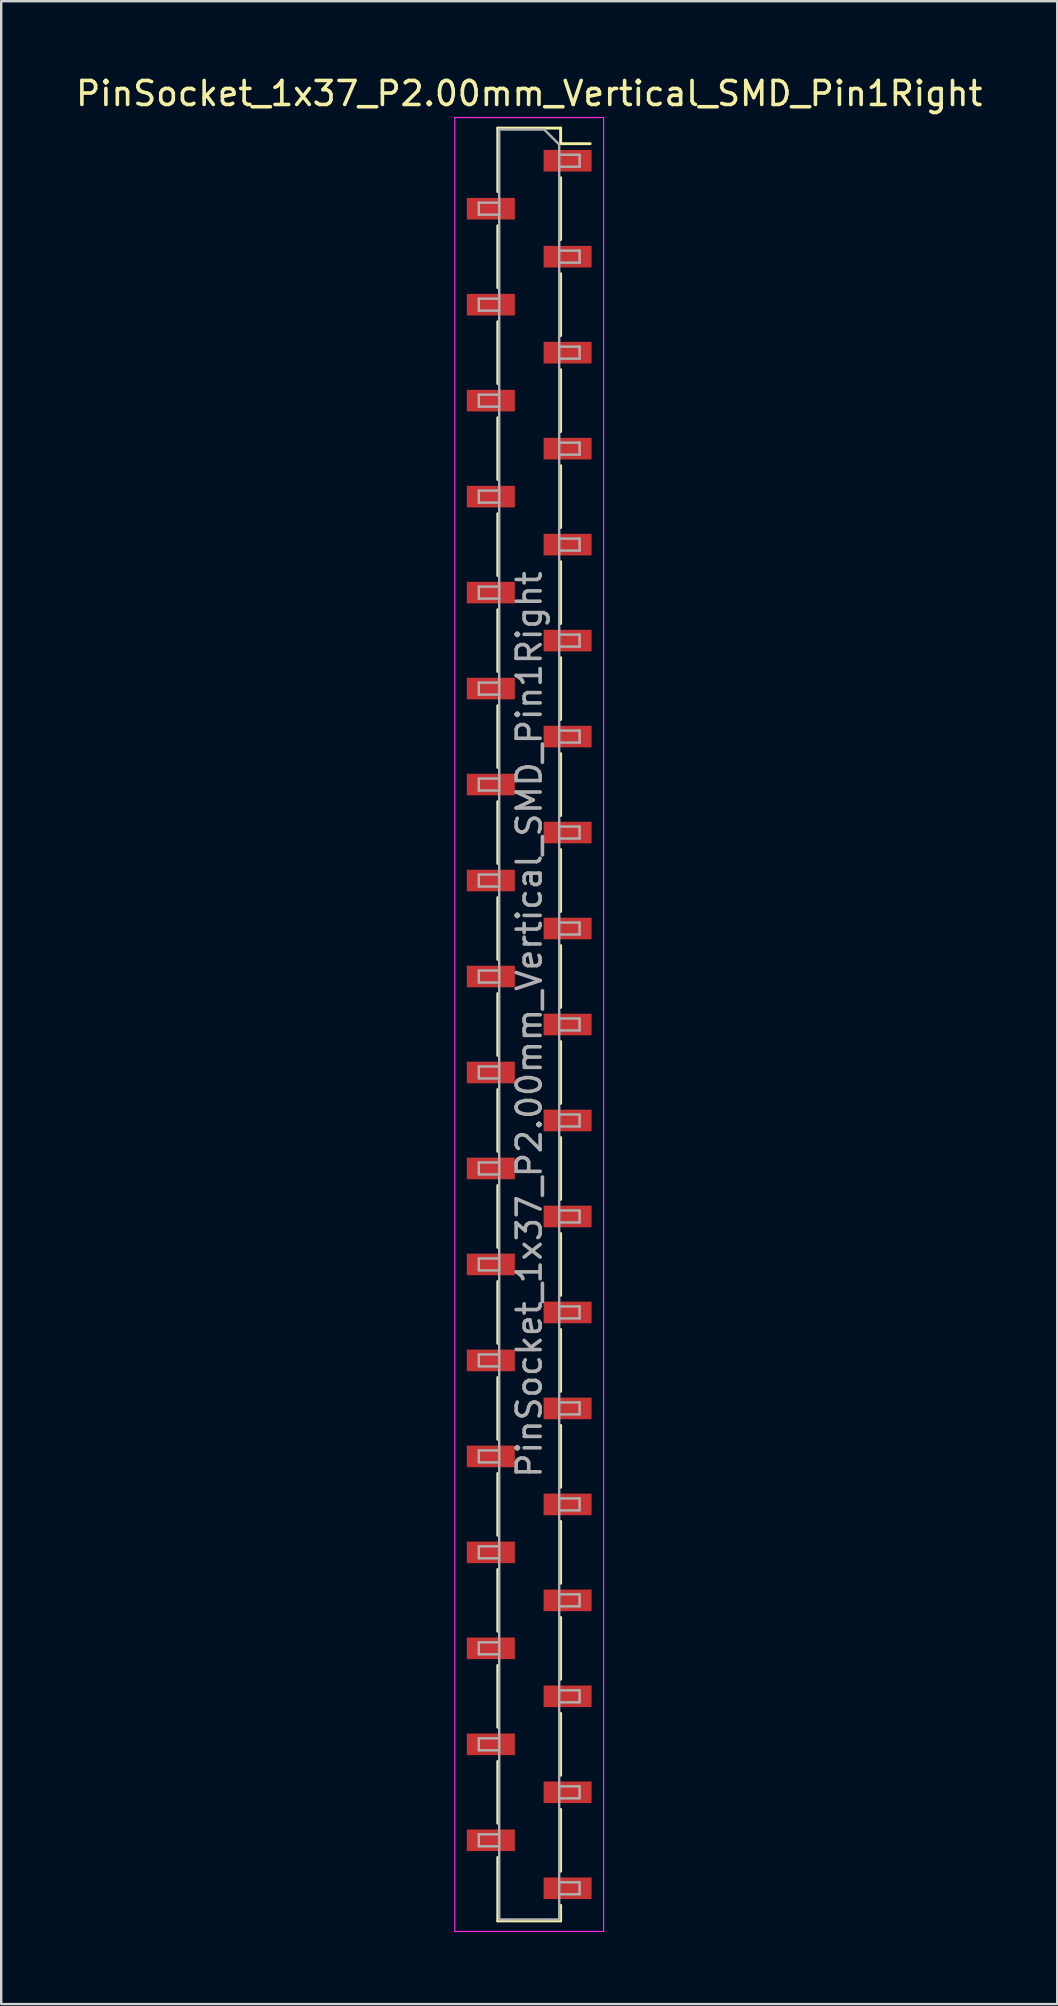
<source format=kicad_pcb>
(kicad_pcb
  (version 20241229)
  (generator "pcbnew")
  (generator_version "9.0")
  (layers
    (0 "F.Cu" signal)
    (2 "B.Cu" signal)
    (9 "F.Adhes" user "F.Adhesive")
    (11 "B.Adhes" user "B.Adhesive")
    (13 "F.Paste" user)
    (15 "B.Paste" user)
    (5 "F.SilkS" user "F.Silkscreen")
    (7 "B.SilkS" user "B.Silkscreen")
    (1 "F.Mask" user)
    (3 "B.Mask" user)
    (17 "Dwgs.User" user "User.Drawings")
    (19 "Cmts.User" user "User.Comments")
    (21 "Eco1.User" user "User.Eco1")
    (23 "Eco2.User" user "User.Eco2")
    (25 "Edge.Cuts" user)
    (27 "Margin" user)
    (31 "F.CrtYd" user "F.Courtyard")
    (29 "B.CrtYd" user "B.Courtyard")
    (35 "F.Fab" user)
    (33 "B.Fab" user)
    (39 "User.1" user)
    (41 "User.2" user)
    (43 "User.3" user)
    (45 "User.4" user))
  (footprint "PinSocket_1x37_P2.00mm_Vertical_SMD_Pin1Right"
    (layer "F.Cu")
    (at 19.006 39.648)
    (property "Reference" "PinSocket_1x37_P2.00mm_Vertical_SMD_Pin1Right" (at 0 -38.8 0) (layer "F.SilkS") (effects (font (size 1 1) (thickness 0.15))))
    (attr smd)
    (fp_line (start -1.31 -37.36) (end -1.31 -34.71) (stroke (width 0.12) (type solid)) (layer "F.SilkS"))
    (fp_line (start -1.31 -37.36) (end 1.31 -37.36) (stroke (width 0.12) (type solid)) (layer "F.SilkS"))
    (fp_line (start -1.31 -33.29) (end -1.31 -30.71) (stroke (width 0.12) (type solid)) (layer "F.SilkS"))
    (fp_line (start -1.31 -29.29) (end -1.31 -26.71) (stroke (width 0.12) (type solid)) (layer "F.SilkS"))
    (fp_line (start -1.31 -25.29) (end -1.31 -22.71) (stroke (width 0.12) (type solid)) (layer "F.SilkS"))
    (fp_line (start -1.31 -21.29) (end -1.31 -18.71) (stroke (width 0.12) (type solid)) (layer "F.SilkS"))
    (fp_line (start -1.31 -17.29) (end -1.31 -14.71) (stroke (width 0.12) (type solid)) (layer "F.SilkS"))
    (fp_line (start -1.31 -13.29) (end -1.31 -10.71) (stroke (width 0.12) (type solid)) (layer "F.SilkS"))
    (fp_line (start -1.31 -9.29) (end -1.31 -6.71) (stroke (width 0.12) (type solid)) (layer "F.SilkS"))
    (fp_line (start -1.31 -5.29) (end -1.31 -2.71) (stroke (width 0.12) (type solid)) (layer "F.SilkS"))
    (fp_line (start -1.31 -1.29) (end -1.31 1.29) (stroke (width 0.12) (type solid)) (layer "F.SilkS"))
    (fp_line (start -1.31 2.71) (end -1.31 5.29) (stroke (width 0.12) (type solid)) (layer "F.SilkS"))
    (fp_line (start -1.31 6.71) (end -1.31 9.29) (stroke (width 0.12) (type solid)) (layer "F.SilkS"))
    (fp_line (start -1.31 10.71) (end -1.31 13.29) (stroke (width 0.12) (type solid)) (layer "F.SilkS"))
    (fp_line (start -1.31 14.71) (end -1.31 17.29) (stroke (width 0.12) (type solid)) (layer "F.SilkS"))
    (fp_line (start -1.31 18.71) (end -1.31 21.29) (stroke (width 0.12) (type solid)) (layer "F.SilkS"))
    (fp_line (start -1.31 22.71) (end -1.31 25.29) (stroke (width 0.12) (type solid)) (layer "F.SilkS"))
    (fp_line (start -1.31 26.71) (end -1.31 29.29) (stroke (width 0.12) (type solid)) (layer "F.SilkS"))
    (fp_line (start -1.31 30.71) (end -1.31 33.29) (stroke (width 0.12) (type solid)) (layer "F.SilkS"))
    (fp_line (start -1.31 34.71) (end -1.31 37.36) (stroke (width 0.12) (type solid)) (layer "F.SilkS"))
    (fp_line (start -1.31 37.36) (end 1.31 37.36) (stroke (width 0.12) (type solid)) (layer "F.SilkS"))
    (fp_line (start 1.31 -37.36) (end 1.31 -36.71) (stroke (width 0.12) (type solid)) (layer "F.SilkS"))
    (fp_line (start 1.31 -36.71) (end 2.54 -36.71) (stroke (width 0.12) (type solid)) (layer "F.SilkS"))
    (fp_line (start 1.31 -35.29) (end 1.31 -32.71) (stroke (width 0.12) (type solid)) (layer "F.SilkS"))
    (fp_line (start 1.31 -31.29) (end 1.31 -28.71) (stroke (width 0.12) (type solid)) (layer "F.SilkS"))
    (fp_line (start 1.31 -27.29) (end 1.31 -24.71) (stroke (width 0.12) (type solid)) (layer "F.SilkS"))
    (fp_line (start 1.31 -23.29) (end 1.31 -20.71) (stroke (width 0.12) (type solid)) (layer "F.SilkS"))
    (fp_line (start 1.31 -19.29) (end 1.31 -16.71) (stroke (width 0.12) (type solid)) (layer "F.SilkS"))
    (fp_line (start 1.31 -15.29) (end 1.31 -12.71) (stroke (width 0.12) (type solid)) (layer "F.SilkS"))
    (fp_line (start 1.31 -11.29) (end 1.31 -8.71) (stroke (width 0.12) (type solid)) (layer "F.SilkS"))
    (fp_line (start 1.31 -7.29) (end 1.31 -4.71) (stroke (width 0.12) (type solid)) (layer "F.SilkS"))
    (fp_line (start 1.31 -3.29) (end 1.31 -0.71) (stroke (width 0.12) (type solid)) (layer "F.SilkS"))
    (fp_line (start 1.31 0.71) (end 1.31 3.29) (stroke (width 0.12) (type solid)) (layer "F.SilkS"))
    (fp_line (start 1.31 4.71) (end 1.31 7.29) (stroke (width 0.12) (type solid)) (layer "F.SilkS"))
    (fp_line (start 1.31 8.71) (end 1.31 11.29) (stroke (width 0.12) (type solid)) (layer "F.SilkS"))
    (fp_line (start 1.31 12.71) (end 1.31 15.29) (stroke (width 0.12) (type solid)) (layer "F.SilkS"))
    (fp_line (start 1.31 16.71) (end 1.31 19.29) (stroke (width 0.12) (type solid)) (layer "F.SilkS"))
    (fp_line (start 1.31 20.71) (end 1.31 23.29) (stroke (width 0.12) (type solid)) (layer "F.SilkS"))
    (fp_line (start 1.31 24.71) (end 1.31 27.29) (stroke (width 0.12) (type solid)) (layer "F.SilkS"))
    (fp_line (start 1.31 28.71) (end 1.31 31.29) (stroke (width 0.12) (type solid)) (layer "F.SilkS"))
    (fp_line (start 1.31 32.71) (end 1.31 35.29) (stroke (width 0.12) (type solid)) (layer "F.SilkS"))
    (fp_line (start 1.31 36.71) (end 1.31 37.36) (stroke (width 0.12) (type solid)) (layer "F.SilkS"))
    (fp_line (start -3.1 -37.8) (end 3.1 -37.8) (stroke (width 0.05) (type solid)) (layer "F.CrtYd"))
    (fp_line (start -3.1 37.8) (end -3.1 -37.8) (stroke (width 0.05) (type solid)) (layer "F.CrtYd"))
    (fp_line (start 3.1 -37.8) (end 3.1 37.8) (stroke (width 0.05) (type solid)) (layer "F.CrtYd"))
    (fp_line (start 3.1 37.8) (end -3.1 37.8) (stroke (width 0.05) (type solid)) (layer "F.CrtYd"))
    (fp_line (start -2.1 -34.25) (end -1.25 -34.25) (stroke (width 0.1) (type solid)) (layer "F.Fab"))
    (fp_line (start -2.1 -33.75) (end -2.1 -34.25) (stroke (width 0.1) (type solid)) (layer "F.Fab"))
    (fp_line (start -2.1 -30.25) (end -1.25 -30.25) (stroke (width 0.1) (type solid)) (layer "F.Fab"))
    (fp_line (start -2.1 -29.75) (end -2.1 -30.25) (stroke (width 0.1) (type solid)) (layer "F.Fab"))
    (fp_line (start -2.1 -26.25) (end -1.25 -26.25) (stroke (width 0.1) (type solid)) (layer "F.Fab"))
    (fp_line (start -2.1 -25.75) (end -2.1 -26.25) (stroke (width 0.1) (type solid)) (layer "F.Fab"))
    (fp_line (start -2.1 -22.25) (end -1.25 -22.25) (stroke (width 0.1) (type solid)) (layer "F.Fab"))
    (fp_line (start -2.1 -21.75) (end -2.1 -22.25) (stroke (width 0.1) (type solid)) (layer "F.Fab"))
    (fp_line (start -2.1 -18.25) (end -1.25 -18.25) (stroke (width 0.1) (type solid)) (layer "F.Fab"))
    (fp_line (start -2.1 -17.75) (end -2.1 -18.25) (stroke (width 0.1) (type solid)) (layer "F.Fab"))
    (fp_line (start -2.1 -14.25) (end -1.25 -14.25) (stroke (width 0.1) (type solid)) (layer "F.Fab"))
    (fp_line (start -2.1 -13.75) (end -2.1 -14.25) (stroke (width 0.1) (type solid)) (layer "F.Fab"))
    (fp_line (start -2.1 -10.25) (end -1.25 -10.25) (stroke (width 0.1) (type solid)) (layer "F.Fab"))
    (fp_line (start -2.1 -9.75) (end -2.1 -10.25) (stroke (width 0.1) (type solid)) (layer "F.Fab"))
    (fp_line (start -2.1 -6.25) (end -1.25 -6.25) (stroke (width 0.1) (type solid)) (layer "F.Fab"))
    (fp_line (start -2.1 -5.75) (end -2.1 -6.25) (stroke (width 0.1) (type solid)) (layer "F.Fab"))
    (fp_line (start -2.1 -2.25) (end -1.25 -2.25) (stroke (width 0.1) (type solid)) (layer "F.Fab"))
    (fp_line (start -2.1 -1.75) (end -2.1 -2.25) (stroke (width 0.1) (type solid)) (layer "F.Fab"))
    (fp_line (start -2.1 1.75) (end -1.25 1.75) (stroke (width 0.1) (type solid)) (layer "F.Fab"))
    (fp_line (start -2.1 2.25) (end -2.1 1.75) (stroke (width 0.1) (type solid)) (layer "F.Fab"))
    (fp_line (start -2.1 5.75) (end -1.25 5.75) (stroke (width 0.1) (type solid)) (layer "F.Fab"))
    (fp_line (start -2.1 6.25) (end -2.1 5.75) (stroke (width 0.1) (type solid)) (layer "F.Fab"))
    (fp_line (start -2.1 9.75) (end -1.25 9.75) (stroke (width 0.1) (type solid)) (layer "F.Fab"))
    (fp_line (start -2.1 10.25) (end -2.1 9.75) (stroke (width 0.1) (type solid)) (layer "F.Fab"))
    (fp_line (start -2.1 13.75) (end -1.25 13.75) (stroke (width 0.1) (type solid)) (layer "F.Fab"))
    (fp_line (start -2.1 14.25) (end -2.1 13.75) (stroke (width 0.1) (type solid)) (layer "F.Fab"))
    (fp_line (start -2.1 17.75) (end -1.25 17.75) (stroke (width 0.1) (type solid)) (layer "F.Fab"))
    (fp_line (start -2.1 18.25) (end -2.1 17.75) (stroke (width 0.1) (type solid)) (layer "F.Fab"))
    (fp_line (start -2.1 21.75) (end -1.25 21.75) (stroke (width 0.1) (type solid)) (layer "F.Fab"))
    (fp_line (start -2.1 22.25) (end -2.1 21.75) (stroke (width 0.1) (type solid)) (layer "F.Fab"))
    (fp_line (start -2.1 25.75) (end -1.25 25.75) (stroke (width 0.1) (type solid)) (layer "F.Fab"))
    (fp_line (start -2.1 26.25) (end -2.1 25.75) (stroke (width 0.1) (type solid)) (layer "F.Fab"))
    (fp_line (start -2.1 29.75) (end -1.25 29.75) (stroke (width 0.1) (type solid)) (layer "F.Fab"))
    (fp_line (start -2.1 30.25) (end -2.1 29.75) (stroke (width 0.1) (type solid)) (layer "F.Fab"))
    (fp_line (start -2.1 33.75) (end -1.25 33.75) (stroke (width 0.1) (type solid)) (layer "F.Fab"))
    (fp_line (start -2.1 34.25) (end -2.1 33.75) (stroke (width 0.1) (type solid)) (layer "F.Fab"))
    (fp_line (start -1.25 -37.3) (end 0.625 -37.3) (stroke (width 0.1) (type solid)) (layer "F.Fab"))
    (fp_line (start -1.25 -33.75) (end -2.1 -33.75) (stroke (width 0.1) (type solid)) (layer "F.Fab"))
    (fp_line (start -1.25 -29.75) (end -2.1 -29.75) (stroke (width 0.1) (type solid)) (layer "F.Fab"))
    (fp_line (start -1.25 -25.75) (end -2.1 -25.75) (stroke (width 0.1) (type solid)) (layer "F.Fab"))
    (fp_line (start -1.25 -21.75) (end -2.1 -21.75) (stroke (width 0.1) (type solid)) (layer "F.Fab"))
    (fp_line (start -1.25 -17.75) (end -2.1 -17.75) (stroke (width 0.1) (type solid)) (layer "F.Fab"))
    (fp_line (start -1.25 -13.75) (end -2.1 -13.75) (stroke (width 0.1) (type solid)) (layer "F.Fab"))
    (fp_line (start -1.25 -9.75) (end -2.1 -9.75) (stroke (width 0.1) (type solid)) (layer "F.Fab"))
    (fp_line (start -1.25 -5.75) (end -2.1 -5.75) (stroke (width 0.1) (type solid)) (layer "F.Fab"))
    (fp_line (start -1.25 -1.75) (end -2.1 -1.75) (stroke (width 0.1) (type solid)) (layer "F.Fab"))
    (fp_line (start -1.25 2.25) (end -2.1 2.25) (stroke (width 0.1) (type solid)) (layer "F.Fab"))
    (fp_line (start -1.25 6.25) (end -2.1 6.25) (stroke (width 0.1) (type solid)) (layer "F.Fab"))
    (fp_line (start -1.25 10.25) (end -2.1 10.25) (stroke (width 0.1) (type solid)) (layer "F.Fab"))
    (fp_line (start -1.25 14.25) (end -2.1 14.25) (stroke (width 0.1) (type solid)) (layer "F.Fab"))
    (fp_line (start -1.25 18.25) (end -2.1 18.25) (stroke (width 0.1) (type solid)) (layer "F.Fab"))
    (fp_line (start -1.25 22.25) (end -2.1 22.25) (stroke (width 0.1) (type solid)) (layer "F.Fab"))
    (fp_line (start -1.25 26.25) (end -2.1 26.25) (stroke (width 0.1) (type solid)) (layer "F.Fab"))
    (fp_line (start -1.25 30.25) (end -2.1 30.25) (stroke (width 0.1) (type solid)) (layer "F.Fab"))
    (fp_line (start -1.25 34.25) (end -2.1 34.25) (stroke (width 0.1) (type solid)) (layer "F.Fab"))
    (fp_line (start -1.25 37.3) (end -1.25 -37.3) (stroke (width 0.1) (type solid)) (layer "F.Fab"))
    (fp_line (start 0.625 -37.3) (end 1.25 -36.675) (stroke (width 0.1) (type solid)) (layer "F.Fab"))
    (fp_line (start 1.25 -36.675) (end 1.25 37.3) (stroke (width 0.1) (type solid)) (layer "F.Fab"))
    (fp_line (start 1.25 -36.25) (end 2.1 -36.25) (stroke (width 0.1) (type solid)) (layer "F.Fab"))
    (fp_line (start 1.25 -32.25) (end 2.1 -32.25) (stroke (width 0.1) (type solid)) (layer "F.Fab"))
    (fp_line (start 1.25 -28.25) (end 2.1 -28.25) (stroke (width 0.1) (type solid)) (layer "F.Fab"))
    (fp_line (start 1.25 -24.25) (end 2.1 -24.25) (stroke (width 0.1) (type solid)) (layer "F.Fab"))
    (fp_line (start 1.25 -20.25) (end 2.1 -20.25) (stroke (width 0.1) (type solid)) (layer "F.Fab"))
    (fp_line (start 1.25 -16.25) (end 2.1 -16.25) (stroke (width 0.1) (type solid)) (layer "F.Fab"))
    (fp_line (start 1.25 -12.25) (end 2.1 -12.25) (stroke (width 0.1) (type solid)) (layer "F.Fab"))
    (fp_line (start 1.25 -8.25) (end 2.1 -8.25) (stroke (width 0.1) (type solid)) (layer "F.Fab"))
    (fp_line (start 1.25 -4.25) (end 2.1 -4.25) (stroke (width 0.1) (type solid)) (layer "F.Fab"))
    (fp_line (start 1.25 -0.25) (end 2.1 -0.25) (stroke (width 0.1) (type solid)) (layer "F.Fab"))
    (fp_line (start 1.25 3.75) (end 2.1 3.75) (stroke (width 0.1) (type solid)) (layer "F.Fab"))
    (fp_line (start 1.25 7.75) (end 2.1 7.75) (stroke (width 0.1) (type solid)) (layer "F.Fab"))
    (fp_line (start 1.25 11.75) (end 2.1 11.75) (stroke (width 0.1) (type solid)) (layer "F.Fab"))
    (fp_line (start 1.25 15.75) (end 2.1 15.75) (stroke (width 0.1) (type solid)) (layer "F.Fab"))
    (fp_line (start 1.25 19.75) (end 2.1 19.75) (stroke (width 0.1) (type solid)) (layer "F.Fab"))
    (fp_line (start 1.25 23.75) (end 2.1 23.75) (stroke (width 0.1) (type solid)) (layer "F.Fab"))
    (fp_line (start 1.25 27.75) (end 2.1 27.75) (stroke (width 0.1) (type solid)) (layer "F.Fab"))
    (fp_line (start 1.25 31.75) (end 2.1 31.75) (stroke (width 0.1) (type solid)) (layer "F.Fab"))
    (fp_line (start 1.25 35.75) (end 2.1 35.75) (stroke (width 0.1) (type solid)) (layer "F.Fab"))
    (fp_line (start 1.25 37.3) (end -1.25 37.3) (stroke (width 0.1) (type solid)) (layer "F.Fab"))
    (fp_line (start 2.1 -36.25) (end 2.1 -35.75) (stroke (width 0.1) (type solid)) (layer "F.Fab"))
    (fp_line (start 2.1 -35.75) (end 1.25 -35.75) (stroke (width 0.1) (type solid)) (layer "F.Fab"))
    (fp_line (start 2.1 -32.25) (end 2.1 -31.75) (stroke (width 0.1) (type solid)) (layer "F.Fab"))
    (fp_line (start 2.1 -31.75) (end 1.25 -31.75) (stroke (width 0.1) (type solid)) (layer "F.Fab"))
    (fp_line (start 2.1 -28.25) (end 2.1 -27.75) (stroke (width 0.1) (type solid)) (layer "F.Fab"))
    (fp_line (start 2.1 -27.75) (end 1.25 -27.75) (stroke (width 0.1) (type solid)) (layer "F.Fab"))
    (fp_line (start 2.1 -24.25) (end 2.1 -23.75) (stroke (width 0.1) (type solid)) (layer "F.Fab"))
    (fp_line (start 2.1 -23.75) (end 1.25 -23.75) (stroke (width 0.1) (type solid)) (layer "F.Fab"))
    (fp_line (start 2.1 -20.25) (end 2.1 -19.75) (stroke (width 0.1) (type solid)) (layer "F.Fab"))
    (fp_line (start 2.1 -19.75) (end 1.25 -19.75) (stroke (width 0.1) (type solid)) (layer "F.Fab"))
    (fp_line (start 2.1 -16.25) (end 2.1 -15.75) (stroke (width 0.1) (type solid)) (layer "F.Fab"))
    (fp_line (start 2.1 -15.75) (end 1.25 -15.75) (stroke (width 0.1) (type solid)) (layer "F.Fab"))
    (fp_line (start 2.1 -12.25) (end 2.1 -11.75) (stroke (width 0.1) (type solid)) (layer "F.Fab"))
    (fp_line (start 2.1 -11.75) (end 1.25 -11.75) (stroke (width 0.1) (type solid)) (layer "F.Fab"))
    (fp_line (start 2.1 -8.25) (end 2.1 -7.75) (stroke (width 0.1) (type solid)) (layer "F.Fab"))
    (fp_line (start 2.1 -7.75) (end 1.25 -7.75) (stroke (width 0.1) (type solid)) (layer "F.Fab"))
    (fp_line (start 2.1 -4.25) (end 2.1 -3.75) (stroke (width 0.1) (type solid)) (layer "F.Fab"))
    (fp_line (start 2.1 -3.75) (end 1.25 -3.75) (stroke (width 0.1) (type solid)) (layer "F.Fab"))
    (fp_line (start 2.1 -0.25) (end 2.1 0.25) (stroke (width 0.1) (type solid)) (layer "F.Fab"))
    (fp_line (start 2.1 0.25) (end 1.25 0.25) (stroke (width 0.1) (type solid)) (layer "F.Fab"))
    (fp_line (start 2.1 3.75) (end 2.1 4.25) (stroke (width 0.1) (type solid)) (layer "F.Fab"))
    (fp_line (start 2.1 4.25) (end 1.25 4.25) (stroke (width 0.1) (type solid)) (layer "F.Fab"))
    (fp_line (start 2.1 7.75) (end 2.1 8.25) (stroke (width 0.1) (type solid)) (layer "F.Fab"))
    (fp_line (start 2.1 8.25) (end 1.25 8.25) (stroke (width 0.1) (type solid)) (layer "F.Fab"))
    (fp_line (start 2.1 11.75) (end 2.1 12.25) (stroke (width 0.1) (type solid)) (layer "F.Fab"))
    (fp_line (start 2.1 12.25) (end 1.25 12.25) (stroke (width 0.1) (type solid)) (layer "F.Fab"))
    (fp_line (start 2.1 15.75) (end 2.1 16.25) (stroke (width 0.1) (type solid)) (layer "F.Fab"))
    (fp_line (start 2.1 16.25) (end 1.25 16.25) (stroke (width 0.1) (type solid)) (layer "F.Fab"))
    (fp_line (start 2.1 19.75) (end 2.1 20.25) (stroke (width 0.1) (type solid)) (layer "F.Fab"))
    (fp_line (start 2.1 20.25) (end 1.25 20.25) (stroke (width 0.1) (type solid)) (layer "F.Fab"))
    (fp_line (start 2.1 23.75) (end 2.1 24.25) (stroke (width 0.1) (type solid)) (layer "F.Fab"))
    (fp_line (start 2.1 24.25) (end 1.25 24.25) (stroke (width 0.1) (type solid)) (layer "F.Fab"))
    (fp_line (start 2.1 27.75) (end 2.1 28.25) (stroke (width 0.1) (type solid)) (layer "F.Fab"))
    (fp_line (start 2.1 28.25) (end 1.25 28.25) (stroke (width 0.1) (type solid)) (layer "F.Fab"))
    (fp_line (start 2.1 31.75) (end 2.1 32.25) (stroke (width 0.1) (type solid)) (layer "F.Fab"))
    (fp_line (start 2.1 32.25) (end 1.25 32.25) (stroke (width 0.1) (type solid)) (layer "F.Fab"))
    (fp_line (start 2.1 35.75) (end 2.1 36.25) (stroke (width 0.1) (type solid)) (layer "F.Fab"))
    (fp_line (start 2.1 36.25) (end 1.25 36.25) (stroke (width 0.1) (type solid)) (layer "F.Fab"))
    (fp_text user "${REFERENCE}" (at 0 0 90) (layer "F.Fab") (effects (font (size 1 1) (thickness 0.15))))
    (pad "1" smd rect (at 1.6 -36) (size 2 0.9) (layers "F.Cu" "F.Mask" "F.Paste"))
    (pad "2" smd rect (at -1.6 -34) (size 2 0.9) (layers "F.Cu" "F.Mask" "F.Paste"))
    (pad "3" smd rect (at 1.6 -32) (size 2 0.9) (layers "F.Cu" "F.Mask" "F.Paste"))
    (pad "4" smd rect (at -1.6 -30) (size 2 0.9) (layers "F.Cu" "F.Mask" "F.Paste"))
    (pad "5" smd rect (at 1.6 -28) (size 2 0.9) (layers "F.Cu" "F.Mask" "F.Paste"))
    (pad "6" smd rect (at -1.6 -26) (size 2 0.9) (layers "F.Cu" "F.Mask" "F.Paste"))
    (pad "7" smd rect (at 1.6 -24) (size 2 0.9) (layers "F.Cu" "F.Mask" "F.Paste"))
    (pad "8" smd rect (at -1.6 -22) (size 2 0.9) (layers "F.Cu" "F.Mask" "F.Paste"))
    (pad "9" smd rect (at 1.6 -20) (size 2 0.9) (layers "F.Cu" "F.Mask" "F.Paste"))
    (pad "10" smd rect (at -1.6 -18) (size 2 0.9) (layers "F.Cu" "F.Mask" "F.Paste"))
    (pad "11" smd rect (at 1.6 -16) (size 2 0.9) (layers "F.Cu" "F.Mask" "F.Paste"))
    (pad "12" smd rect (at -1.6 -14) (size 2 0.9) (layers "F.Cu" "F.Mask" "F.Paste"))
    (pad "13" smd rect (at 1.6 -12) (size 2 0.9) (layers "F.Cu" "F.Mask" "F.Paste"))
    (pad "14" smd rect (at -1.6 -10) (size 2 0.9) (layers "F.Cu" "F.Mask" "F.Paste"))
    (pad "15" smd rect (at 1.6 -8) (size 2 0.9) (layers "F.Cu" "F.Mask" "F.Paste"))
    (pad "16" smd rect (at -1.6 -6) (size 2 0.9) (layers "F.Cu" "F.Mask" "F.Paste"))
    (pad "17" smd rect (at 1.6 -4) (size 2 0.9) (layers "F.Cu" "F.Mask" "F.Paste"))
    (pad "18" smd rect (at -1.6 -2) (size 2 0.9) (layers "F.Cu" "F.Mask" "F.Paste"))
    (pad "19" smd rect (at 1.6 0) (size 2 0.9) (layers "F.Cu" "F.Mask" "F.Paste"))
    (pad "20" smd rect (at -1.6 2) (size 2 0.9) (layers "F.Cu" "F.Mask" "F.Paste"))
    (pad "21" smd rect (at 1.6 4) (size 2 0.9) (layers "F.Cu" "F.Mask" "F.Paste"))
    (pad "22" smd rect (at -1.6 6) (size 2 0.9) (layers "F.Cu" "F.Mask" "F.Paste"))
    (pad "23" smd rect (at 1.6 8) (size 2 0.9) (layers "F.Cu" "F.Mask" "F.Paste"))
    (pad "24" smd rect (at -1.6 10) (size 2 0.9) (layers "F.Cu" "F.Mask" "F.Paste"))
    (pad "25" smd rect (at 1.6 12) (size 2 0.9) (layers "F.Cu" "F.Mask" "F.Paste"))
    (pad "26" smd rect (at -1.6 14) (size 2 0.9) (layers "F.Cu" "F.Mask" "F.Paste"))
    (pad "27" smd rect (at 1.6 16) (size 2 0.9) (layers "F.Cu" "F.Mask" "F.Paste"))
    (pad "28" smd rect (at -1.6 18) (size 2 0.9) (layers "F.Cu" "F.Mask" "F.Paste"))
    (pad "29" smd rect (at 1.6 20) (size 2 0.9) (layers "F.Cu" "F.Mask" "F.Paste"))
    (pad "30" smd rect (at -1.6 22) (size 2 0.9) (layers "F.Cu" "F.Mask" "F.Paste"))
    (pad "31" smd rect (at 1.6 24) (size 2 0.9) (layers "F.Cu" "F.Mask" "F.Paste"))
    (pad "32" smd rect (at -1.6 26) (size 2 0.9) (layers "F.Cu" "F.Mask" "F.Paste"))
    (pad "33" smd rect (at 1.6 28) (size 2 0.9) (layers "F.Cu" "F.Mask" "F.Paste"))
    (pad "34" smd rect (at -1.6 30) (size 2 0.9) (layers "F.Cu" "F.Mask" "F.Paste"))
    (pad "35" smd rect (at 1.6 32) (size 2 0.9) (layers "F.Cu" "F.Mask" "F.Paste"))
    (pad "36" smd rect (at -1.6 34) (size 2 0.9) (layers "F.Cu" "F.Mask" "F.Paste"))
    (pad "37" smd rect (at 1.6 36) (size 2 0.9) (layers "F.Cu" "F.Mask" "F.Paste")))
  (gr_rect
    (start -3 -3)
    (end 41.012 80.473)
    (stroke (width 0.1) (type default))
    (fill no)
    (layer "Edge.Cuts")))
</source>
